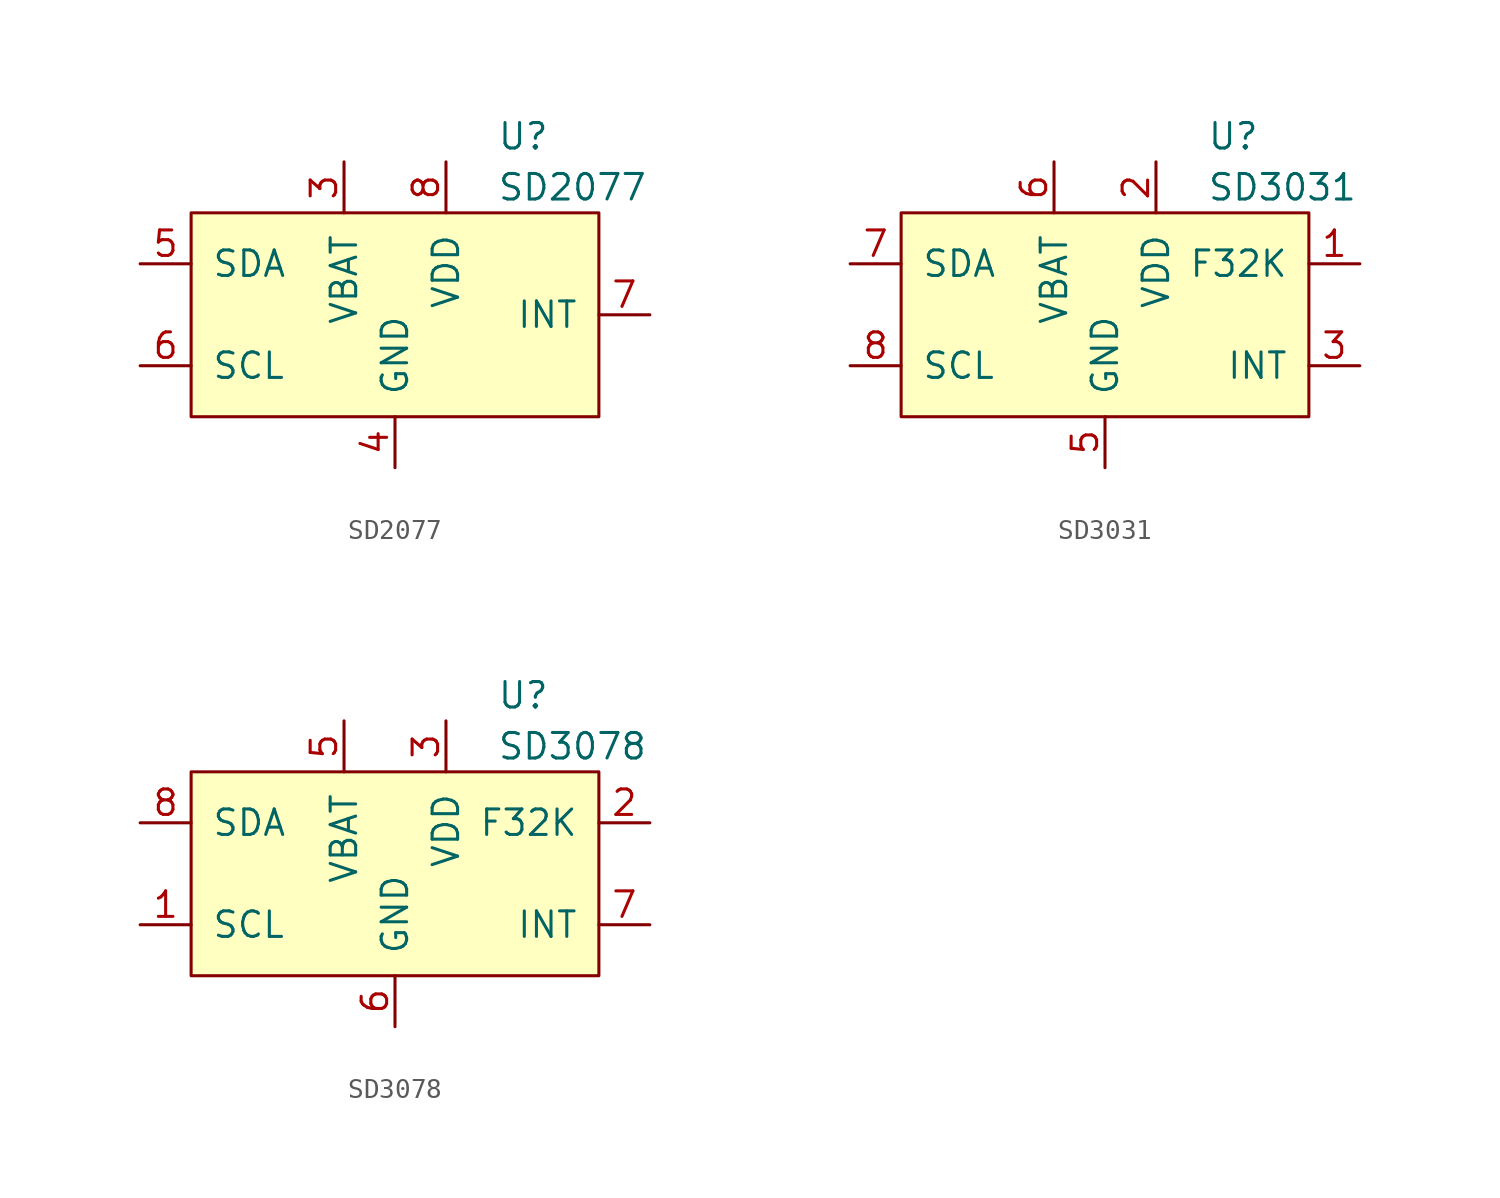
<source format=kicad_sym>
(kicad_symbol_lib
  (version 20231120)
  (generator "kicad_symbol_editor")
  (generator_version "8.0")
  (symbol "SD2077"
    (pin_names
      (offset 1.016))
    (property "Reference" "U"
      (at 5.08 8.89 0)
      (effects (font (size 1.27 1.27)) (justify left)))
    (property "Value" "SD2077"
      (at 5.08 6.35 0)
      (effects (font (size 1.27 1.27)) (justify left)))
    (symbol "SD2077_0_1"
      (rectangle (start -10.16 5.08) (end 10.16 -5.08) (stroke (width 0) (type default)) (fill (type background))))
    (symbol "SD2077_1_1"
      (pin no_connect line (at 5.08 -7.62 90) (length 2.54) hide (name "NC" (effects (font (size 1.27 1.27)))) (number "1" (effects (font (size 1.27 1.27)))))
      (pin no_connect line (at 7.62 -7.62 90) (length 2.54) hide (name "NC" (effects (font (size 1.27 1.27)))) (number "2" (effects (font (size 1.27 1.27)))))
      (pin power_in line (at -2.54 7.62 270) (length 2.54) (name "VBAT" (effects (font (size 1.27 1.27)))) (number "3" (effects (font (size 1.27 1.27)))))
      (pin power_in line (at 0 -7.62 90) (length 2.54) (name "GND" (effects (font (size 1.27 1.27)))) (number "4" (effects (font (size 1.27 1.27)))))
      (pin bidirectional line (at -12.7 2.54 0) (length 2.54) (name "SDA" (effects (font (size 1.27 1.27)))) (number "5" (effects (font (size 1.27 1.27)))))
      (pin input line (at -12.7 -2.54 0) (length 2.54) (name "SCL" (effects (font (size 1.27 1.27)))) (number "6" (effects (font (size 1.27 1.27)))))
      (pin output line (at 12.7 0 180) (length 2.54) (name "INT" (effects (font (size 1.27 1.27)))) (number "7" (effects (font (size 1.27 1.27)))))
      (pin power_in line (at 2.54 7.62 270) (length 2.54) (name "VDD" (effects (font (size 1.27 1.27)))) (number "8" (effects (font (size 1.27 1.27)))))))
  (symbol "SD3031"
    (pin_names
      (offset 1.016))
    (property "Reference" "U"
      (at 5.08 8.89 0)
      (effects (font (size 1.27 1.27)) (justify left)))
    (property "Value" "SD3031"
      (at 5.08 6.35 0)
      (effects (font (size 1.27 1.27)) (justify left)))
    (symbol "SD3031_0_1"
      (rectangle (start -10.16 5.08) (end 10.16 -5.08) (stroke (width 0) (type default)) (fill (type background))))
    (symbol "SD3031_1_1"
      (pin output line (at 12.7 2.54 180) (length 2.54) (name "F32K" (effects (font (size 1.27 1.27)))) (number "1" (effects (font (size 1.27 1.27)))))
      (pin power_in line (at 2.54 7.62 270) (length 2.54) (name "VDD" (effects (font (size 1.27 1.27)))) (number "2" (effects (font (size 1.27 1.27)))))
      (pin output line (at 12.7 -2.54 180) (length 2.54) (name "INT" (effects (font (size 1.27 1.27)))) (number "3" (effects (font (size 1.27 1.27)))))
      (pin no_connect line (at 7.62 -7.62 90) (length 2.54) hide (name "NC" (effects (font (size 1.27 1.27)))) (number "4" (effects (font (size 1.27 1.27)))))
      (pin power_in line (at 0 -7.62 90) (length 2.54) (name "GND" (effects (font (size 1.27 1.27)))) (number "5" (effects (font (size 1.27 1.27)))))
      (pin power_in line (at -2.54 7.62 270) (length 2.54) (name "VBAT" (effects (font (size 1.27 1.27)))) (number "6" (effects (font (size 1.27 1.27)))))
      (pin bidirectional line (at -12.7 2.54 0) (length 2.54) (name "SDA" (effects (font (size 1.27 1.27)))) (number "7" (effects (font (size 1.27 1.27)))))
      (pin input line (at -12.7 -2.54 0) (length 2.54) (name "SCL" (effects (font (size 1.27 1.27)))) (number "8" (effects (font (size 1.27 1.27)))))))
  (symbol "SD3078"
    (pin_names
      (offset 1.016))
    (property "Reference" "U"
      (at 5.08 8.89 0)
      (effects (font (size 1.27 1.27)) (justify left)))
    (property "Value" "SD3078"
      (at 5.08 6.35 0)
      (effects (font (size 1.27 1.27)) (justify left)))
    (symbol "SD3078_0_1"
      (rectangle (start -10.16 5.08) (end 10.16 -5.08) (stroke (width 0) (type default)) (fill (type background))))
    (symbol "SD3078_1_1"
      (pin input line (at -12.7 -2.54 0) (length 2.54) (name "SCL" (effects (font (size 1.27 1.27)))) (number "1" (effects (font (size 1.27 1.27)))))
      (pin output line (at 12.7 2.54 180) (length 2.54) (name "F32K" (effects (font (size 1.27 1.27)))) (number "2" (effects (font (size 1.27 1.27)))))
      (pin power_in line (at 2.54 7.62 270) (length 2.54) (name "VDD" (effects (font (size 1.27 1.27)))) (number "3" (effects (font (size 1.27 1.27)))))
      (pin no_connect line (at 7.62 -7.62 90) (length 2.54) hide (name "NC" (effects (font (size 1.27 1.27)))) (number "4" (effects (font (size 1.27 1.27)))))
      (pin power_in line (at -2.54 7.62 270) (length 2.54) (name "VBAT" (effects (font (size 1.27 1.27)))) (number "5" (effects (font (size 1.27 1.27)))))
      (pin power_in line (at 0 -7.62 90) (length 2.54) (name "GND" (effects (font (size 1.27 1.27)))) (number "6" (effects (font (size 1.27 1.27)))))
      (pin output line (at 12.7 -2.54 180) (length 2.54) (name "INT" (effects (font (size 1.27 1.27)))) (number "7" (effects (font (size 1.27 1.27)))))
      (pin bidirectional line (at -12.7 2.54 0) (length 2.54) (name "SDA" (effects (font (size 1.27 1.27)))) (number "8" (effects (font (size 1.27 1.27))))))))
</source>
